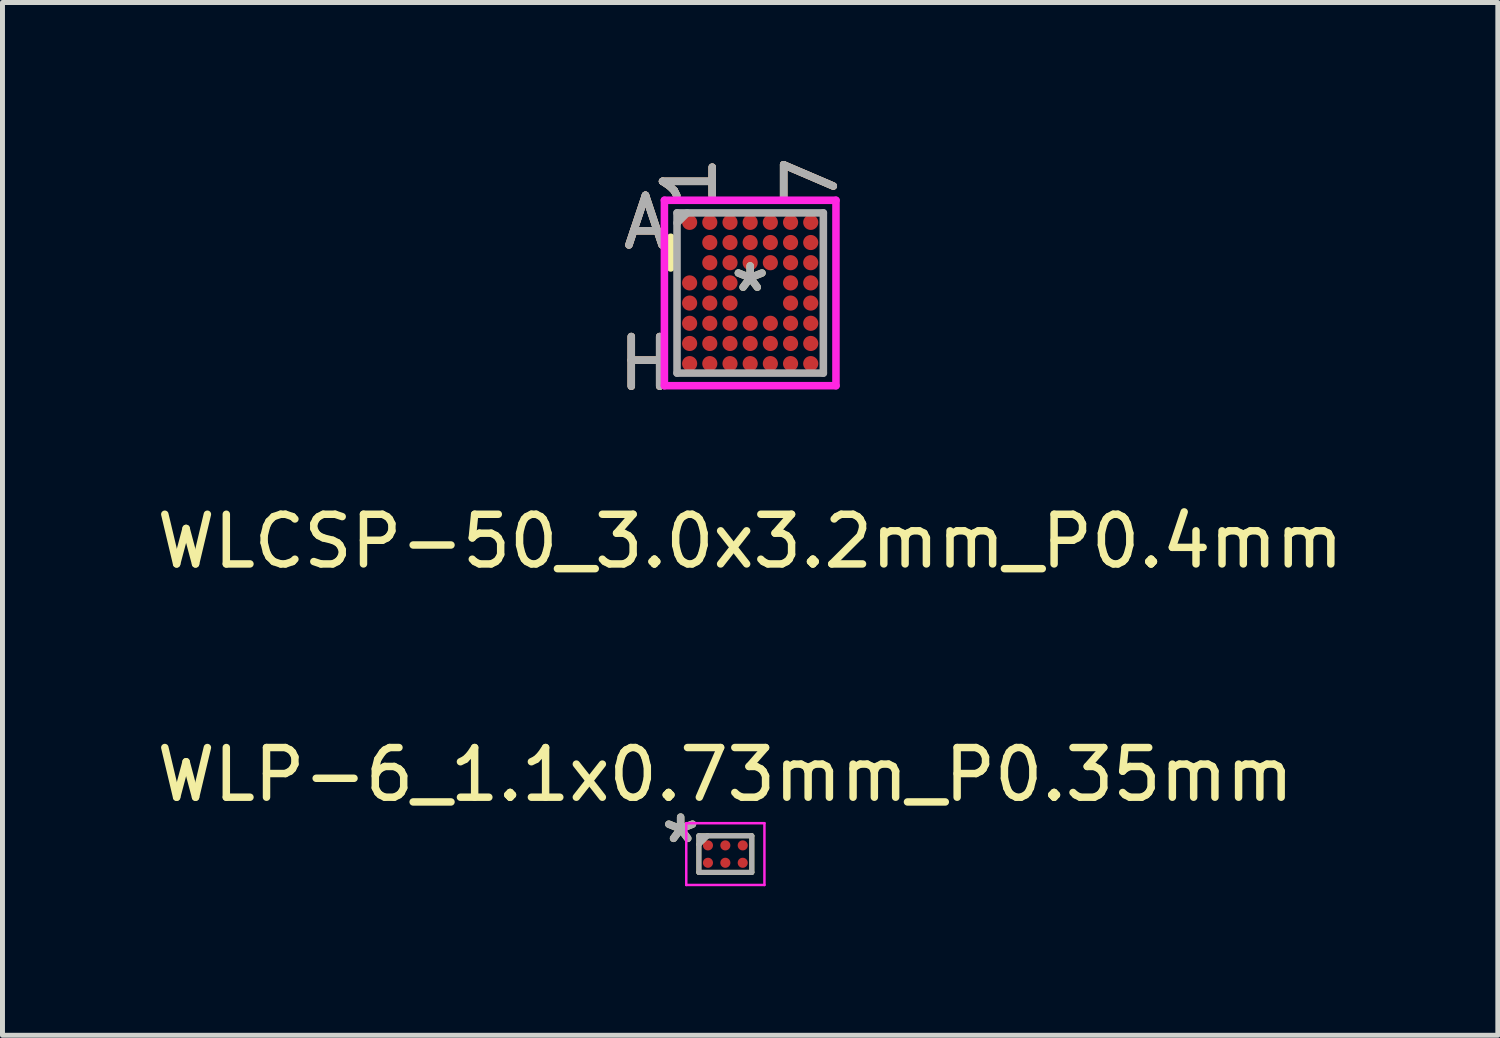
<source format=kicad_pcb>
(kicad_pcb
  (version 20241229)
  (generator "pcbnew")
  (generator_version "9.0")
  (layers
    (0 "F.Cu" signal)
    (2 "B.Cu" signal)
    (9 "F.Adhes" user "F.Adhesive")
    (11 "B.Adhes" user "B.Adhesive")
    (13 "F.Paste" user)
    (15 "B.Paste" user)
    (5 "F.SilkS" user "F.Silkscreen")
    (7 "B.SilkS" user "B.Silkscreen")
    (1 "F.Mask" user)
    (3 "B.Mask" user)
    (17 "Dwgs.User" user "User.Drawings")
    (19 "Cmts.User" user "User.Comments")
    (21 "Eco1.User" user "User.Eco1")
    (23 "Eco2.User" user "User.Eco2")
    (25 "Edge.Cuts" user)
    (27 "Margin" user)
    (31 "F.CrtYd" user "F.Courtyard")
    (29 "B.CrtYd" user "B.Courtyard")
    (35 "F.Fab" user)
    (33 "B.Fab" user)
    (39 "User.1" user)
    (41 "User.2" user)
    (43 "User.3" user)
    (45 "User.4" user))
  (footprint "WLP-6_1.1x0.73mm_P0.35mm"
    (layer "F.Cu")
    (at 11.554 14.146)
    (property "Reference" "WLP-6_1.1x0.73mm_P0.35mm" (at 0 -1.6 0) (layer "F.SilkS") (effects (font (size 1 1) (thickness 0.15))))
    (attr through_hole)
    (fp_line (start -0.533 -0.368) (end -0.533 0.368) (stroke (width 0.1) (type solid)) (layer "F.SilkS"))
    (fp_line (start -0.533 0.368) (end 0.533 0.368) (stroke (width 0.1) (type solid)) (layer "F.SilkS"))
    (fp_line (start -0.358 -0.368) (end -0.533 -0.193) (stroke (width 0.1) (type solid)) (layer "F.SilkS"))
    (fp_line (start 0.533 -0.368) (end -0.533 -0.368) (stroke (width 0.1) (type solid)) (layer "F.SilkS"))
    (fp_line (start 0.533 0.368) (end 0.533 -0.368) (stroke (width 0.1) (type solid)) (layer "F.SilkS"))
    (fp_line (start -0.787 -0.622) (end 0.787 -0.622) (stroke (width 0.05) (type solid)) (layer "F.CrtYd"))
    (fp_line (start -0.787 0.622) (end -0.787 -0.622) (stroke (width 0.05) (type solid)) (layer "F.CrtYd"))
    (fp_line (start 0.787 -0.622) (end 0.787 0.622) (stroke (width 0.05) (type solid)) (layer "F.CrtYd"))
    (fp_line (start 0.787 0.622) (end -0.787 0.622) (stroke (width 0.05) (type solid)) (layer "F.CrtYd"))
    (fp_line (start -0.533 -0.368) (end -0.533 0.368) (stroke (width 0.1) (type solid)) (layer "F.Fab"))
    (fp_line (start -0.533 0.368) (end 0.533 0.368) (stroke (width 0.1) (type solid)) (layer "F.Fab"))
    (fp_line (start -0.358 -0.368) (end -0.533 -0.193) (stroke (width 0.1) (type solid)) (layer "F.Fab"))
    (fp_line (start 0.533 -0.368) (end -0.533 -0.368) (stroke (width 0.1) (type solid)) (layer "F.Fab"))
    (fp_line (start 0.533 0.368) (end 0.533 -0.368) (stroke (width 0.1) (type solid)) (layer "F.Fab"))
    (fp_text user "*" (at -0.9 -0.2 0) (layer "F.SilkS") (effects (font (size 1 1) (thickness 0.15))))
    (fp_text user "*" (at -0.9 -0.2 0) (layer "F.Fab") (effects (font (size 1 1) (thickness 0.15))))
    (pad "A1" smd circle (at -0.35 -0.175) (size 0.203 0.203) (layers "F.Cu" "F.Mask" "F.Paste"))
    (pad "A2" smd circle (at 0 -0.175) (size 0.203 0.203) (layers "F.Cu" "F.Mask" "F.Paste"))
    (pad "A3" smd circle (at 0.35 -0.175) (size 0.203 0.203) (layers "F.Cu" "F.Mask" "F.Paste"))
    (pad "B1" smd circle (at -0.35 0.175) (size 0.203 0.203) (layers "F.Cu" "F.Mask" "F.Paste"))
    (pad "B2" smd circle (at 0 0.175) (size 0.203 0.203) (layers "F.Cu" "F.Mask" "F.Paste"))
    (pad "B3" smd circle (at 0.35 0.175) (size 0.203 0.203) (layers "F.Cu" "F.Mask" "F.Paste")))
  (footprint "WLCSP-50_3.0x3.2mm_P0.4mm"
    (layer "F.Cu")
    (at 12.054 2.849)
    (property "Reference" "WLCSP-50_3.0x3.2mm_P0.4mm" (at 0 5 0) (layer "F.SilkS") (effects (font (size 1 1) (thickness 0.15))))
    (attr through_hole)
    (fp_line (start -1.6 -1.122) (end -1.6 -0.504) (stroke (width 0.152) (type solid)) (layer "F.SilkS"))
    (fp_line (start -1.727 -1.867) (end 1.727 -1.867) (stroke (width 0.152) (type solid)) (layer "F.CrtYd"))
    (fp_line (start -1.727 1.867) (end -1.727 -1.867) (stroke (width 0.152) (type solid)) (layer "F.CrtYd"))
    (fp_line (start 1.727 -1.867) (end 1.727 1.867) (stroke (width 0.152) (type solid)) (layer "F.CrtYd"))
    (fp_line (start 1.727 1.867) (end -1.727 1.867) (stroke (width 0.152) (type solid)) (layer "F.CrtYd"))
    (fp_line (start -1.473 -1.613) (end -1.473 1.613) (stroke (width 0.152) (type solid)) (layer "F.Fab"))
    (fp_line (start -1.473 1.613) (end 1.473 1.613) (stroke (width 0.152) (type solid)) (layer "F.Fab"))
    (fp_line (start -1.27 -1.613) (end -1.473 -1.41) (stroke (width 0.152) (type solid)) (layer "F.Fab"))
    (fp_line (start 1.473 -1.613) (end -1.473 -1.613) (stroke (width 0.152) (type solid)) (layer "F.Fab"))
    (fp_line (start 1.473 1.613) (end 1.473 -1.613) (stroke (width 0.152) (type solid)) (layer "F.Fab"))
    (fp_text user "*" (at 0 0 0) (layer "F.SilkS") (effects (font (size 1 1) (thickness 0.15))))
    (fp_text user "H" (at -2.108 1.422 0) (layer "F.SilkS") (effects (font (size 1 1) (thickness 0.15))))
    (fp_text user "A" (at -2.108 -1.422 0) (layer "F.SilkS") (effects (font (size 1 1) (thickness 0.15))))
    (fp_text user "7" (at 1.219 -2.248 90) (layer "F.SilkS") (effects (font (size 1 1) (thickness 0.15))))
    (fp_text user "1" (at -1.219 -2.248 90) (layer "F.SilkS") (effects (font (size 1 1) (thickness 0.15))))
    (fp_text user "A" (at -2.108 -1.422 0) (layer "B.SilkS") (effects (font (size 1 1) (thickness 0.15))))
    (fp_text user "1" (at -1.219 -2.248 90) (layer "B.SilkS") (effects (font (size 1 1) (thickness 0.15))))
    (fp_text user "H" (at -2.108 1.422 0) (layer "B.SilkS") (effects (font (size 1 1) (thickness 0.15))))
    (fp_text user "7" (at 1.219 -2.248 90) (layer "B.SilkS") (effects (font (size 1 1) (thickness 0.15))))
    (fp_text user "*" (at 0 0 0) (layer "F.Fab") (effects (font (size 1 1) (thickness 0.15))))
    (fp_text user "H" (at -2.108 1.422 0) (layer "F.Fab") (effects (font (size 1 1) (thickness 0.15))))
    (fp_text user "1" (at -1.219 -2.248 90) (layer "F.Fab") (effects (font (size 1 1) (thickness 0.15))))
    (fp_text user "A" (at -2.108 -1.422 0) (layer "F.Fab") (effects (font (size 1 1) (thickness 0.15))))
    (fp_text user "7" (at 1.219 -2.248 90) (layer "F.Fab") (effects (font (size 1 1) (thickness 0.15))))
    (pad "A1" smd circle (at -1.219 -1.422) (size 0.305 0.305) (layers "F.Cu" "F.Mask" "F.Paste"))
    (pad "A2" smd circle (at -0.813 -1.422) (size 0.305 0.305) (layers "F.Cu" "F.Mask" "F.Paste"))
    (pad "A3" smd circle (at -0.406 -1.422) (size 0.305 0.305) (layers "F.Cu" "F.Mask" "F.Paste"))
    (pad "A4" smd circle (at 0 -1.422) (size 0.305 0.305) (layers "F.Cu" "F.Mask" "F.Paste"))
    (pad "A5" smd circle (at 0.406 -1.422) (size 0.305 0.305) (layers "F.Cu" "F.Mask" "F.Paste"))
    (pad "A6" smd circle (at 0.813 -1.422) (size 0.305 0.305) (layers "F.Cu" "F.Mask" "F.Paste"))
    (pad "A7" smd circle (at 1.219 -1.422) (size 0.305 0.305) (layers "F.Cu" "F.Mask" "F.Paste"))
    (pad "B2" smd circle (at -0.813 -1.016) (size 0.305 0.305) (layers "F.Cu" "F.Mask" "F.Paste"))
    (pad "B3" smd circle (at -0.406 -1.016) (size 0.305 0.305) (layers "F.Cu" "F.Mask" "F.Paste"))
    (pad "B4" smd circle (at 0 -1.016) (size 0.305 0.305) (layers "F.Cu" "F.Mask" "F.Paste"))
    (pad "B5" smd circle (at 0.406 -1.016) (size 0.305 0.305) (layers "F.Cu" "F.Mask" "F.Paste"))
    (pad "B6" smd circle (at 0.813 -1.016) (size 0.305 0.305) (layers "F.Cu" "F.Mask" "F.Paste"))
    (pad "B7" smd circle (at 1.219 -1.016) (size 0.305 0.305) (layers "F.Cu" "F.Mask" "F.Paste"))
    (pad "C2" smd circle (at -0.813 -0.61) (size 0.305 0.305) (layers "F.Cu" "F.Mask" "F.Paste"))
    (pad "C3" smd circle (at -0.406 -0.61) (size 0.305 0.305) (layers "F.Cu" "F.Mask" "F.Paste"))
    (pad "C4" smd circle (at 0 -0.61) (size 0.305 0.305) (layers "F.Cu" "F.Mask" "F.Paste"))
    (pad "C5" smd circle (at 0.406 -0.61) (size 0.305 0.305) (layers "F.Cu" "F.Mask" "F.Paste"))
    (pad "C6" smd circle (at 0.813 -0.61) (size 0.305 0.305) (layers "F.Cu" "F.Mask" "F.Paste"))
    (pad "C7" smd circle (at 1.219 -0.61) (size 0.305 0.305) (layers "F.Cu" "F.Mask" "F.Paste"))
    (pad "D1" smd circle (at -1.219 -0.203) (size 0.305 0.305) (layers "F.Cu" "F.Mask" "F.Paste"))
    (pad "D2" smd circle (at -0.813 -0.203) (size 0.305 0.305) (layers "F.Cu" "F.Mask" "F.Paste"))
    (pad "D3" smd circle (at -0.406 -0.203) (size 0.305 0.305) (layers "F.Cu" "F.Mask" "F.Paste"))
    (pad "D6" smd circle (at 0.813 -0.203) (size 0.305 0.305) (layers "F.Cu" "F.Mask" "F.Paste"))
    (pad "D7" smd circle (at 1.219 -0.203) (size 0.305 0.305) (layers "F.Cu" "F.Mask" "F.Paste"))
    (pad "E1" smd circle (at -1.219 0.203) (size 0.305 0.305) (layers "F.Cu" "F.Mask" "F.Paste"))
    (pad "E2" smd circle (at -0.813 0.203) (size 0.305 0.305) (layers "F.Cu" "F.Mask" "F.Paste"))
    (pad "E3" smd circle (at -0.406 0.203) (size 0.305 0.305) (layers "F.Cu" "F.Mask" "F.Paste"))
    (pad "E6" smd circle (at 0.813 0.203) (size 0.305 0.305) (layers "F.Cu" "F.Mask" "F.Paste"))
    (pad "E7" smd circle (at 1.219 0.203) (size 0.305 0.305) (layers "F.Cu" "F.Mask" "F.Paste"))
    (pad "F1" smd circle (at -1.219 0.61) (size 0.305 0.305) (layers "F.Cu" "F.Mask" "F.Paste"))
    (pad "F2" smd circle (at -0.813 0.61) (size 0.305 0.305) (layers "F.Cu" "F.Mask" "F.Paste"))
    (pad "F3" smd circle (at -0.406 0.61) (size 0.305 0.305) (layers "F.Cu" "F.Mask" "F.Paste"))
    (pad "F4" smd circle (at 0 0.61) (size 0.305 0.305) (layers "F.Cu" "F.Mask" "F.Paste"))
    (pad "F5" smd circle (at 0.406 0.61) (size 0.305 0.305) (layers "F.Cu" "F.Mask" "F.Paste"))
    (pad "F6" smd circle (at 0.813 0.61) (size 0.305 0.305) (layers "F.Cu" "F.Mask" "F.Paste"))
    (pad "F7" smd circle (at 1.219 0.61) (size 0.305 0.305) (layers "F.Cu" "F.Mask" "F.Paste"))
    (pad "G1" smd circle (at -1.219 1.016) (size 0.305 0.305) (layers "F.Cu" "F.Mask" "F.Paste"))
    (pad "G2" smd circle (at -0.813 1.016) (size 0.305 0.305) (layers "F.Cu" "F.Mask" "F.Paste"))
    (pad "G3" smd circle (at -0.406 1.016) (size 0.305 0.305) (layers "F.Cu" "F.Mask" "F.Paste"))
    (pad "G4" smd circle (at 0 1.016) (size 0.305 0.305) (layers "F.Cu" "F.Mask" "F.Paste"))
    (pad "G5" smd circle (at 0.406 1.016) (size 0.305 0.305) (layers "F.Cu" "F.Mask" "F.Paste"))
    (pad "G6" smd circle (at 0.813 1.016) (size 0.305 0.305) (layers "F.Cu" "F.Mask" "F.Paste"))
    (pad "G7" smd circle (at 1.219 1.016) (size 0.305 0.305) (layers "F.Cu" "F.Mask" "F.Paste"))
    (pad "H1" smd circle (at -1.219 1.422) (size 0.305 0.305) (layers "F.Cu" "F.Mask" "F.Paste"))
    (pad "H2" smd circle (at -0.813 1.422) (size 0.305 0.305) (layers "F.Cu" "F.Mask" "F.Paste"))
    (pad "H3" smd circle (at -0.406 1.422) (size 0.305 0.305) (layers "F.Cu" "F.Mask" "F.Paste"))
    (pad "H4" smd circle (at 0 1.422) (size 0.305 0.305) (layers "F.Cu" "F.Mask" "F.Paste"))
    (pad "H5" smd circle (at 0.406 1.422) (size 0.305 0.305) (layers "F.Cu" "F.Mask" "F.Paste"))
    (pad "H6" smd circle (at 0.813 1.422) (size 0.305 0.305) (layers "F.Cu" "F.Mask" "F.Paste"))
    (pad "H7" smd circle (at 1.219 1.422) (size 0.305 0.305) (layers "F.Cu" "F.Mask" "F.Paste")))
  (gr_rect
    (start -3 -3)
    (end 27.107 17.794)
    (stroke (width 0.1) (type default))
    (fill no)
    (layer "Edge.Cuts")))
</source>
